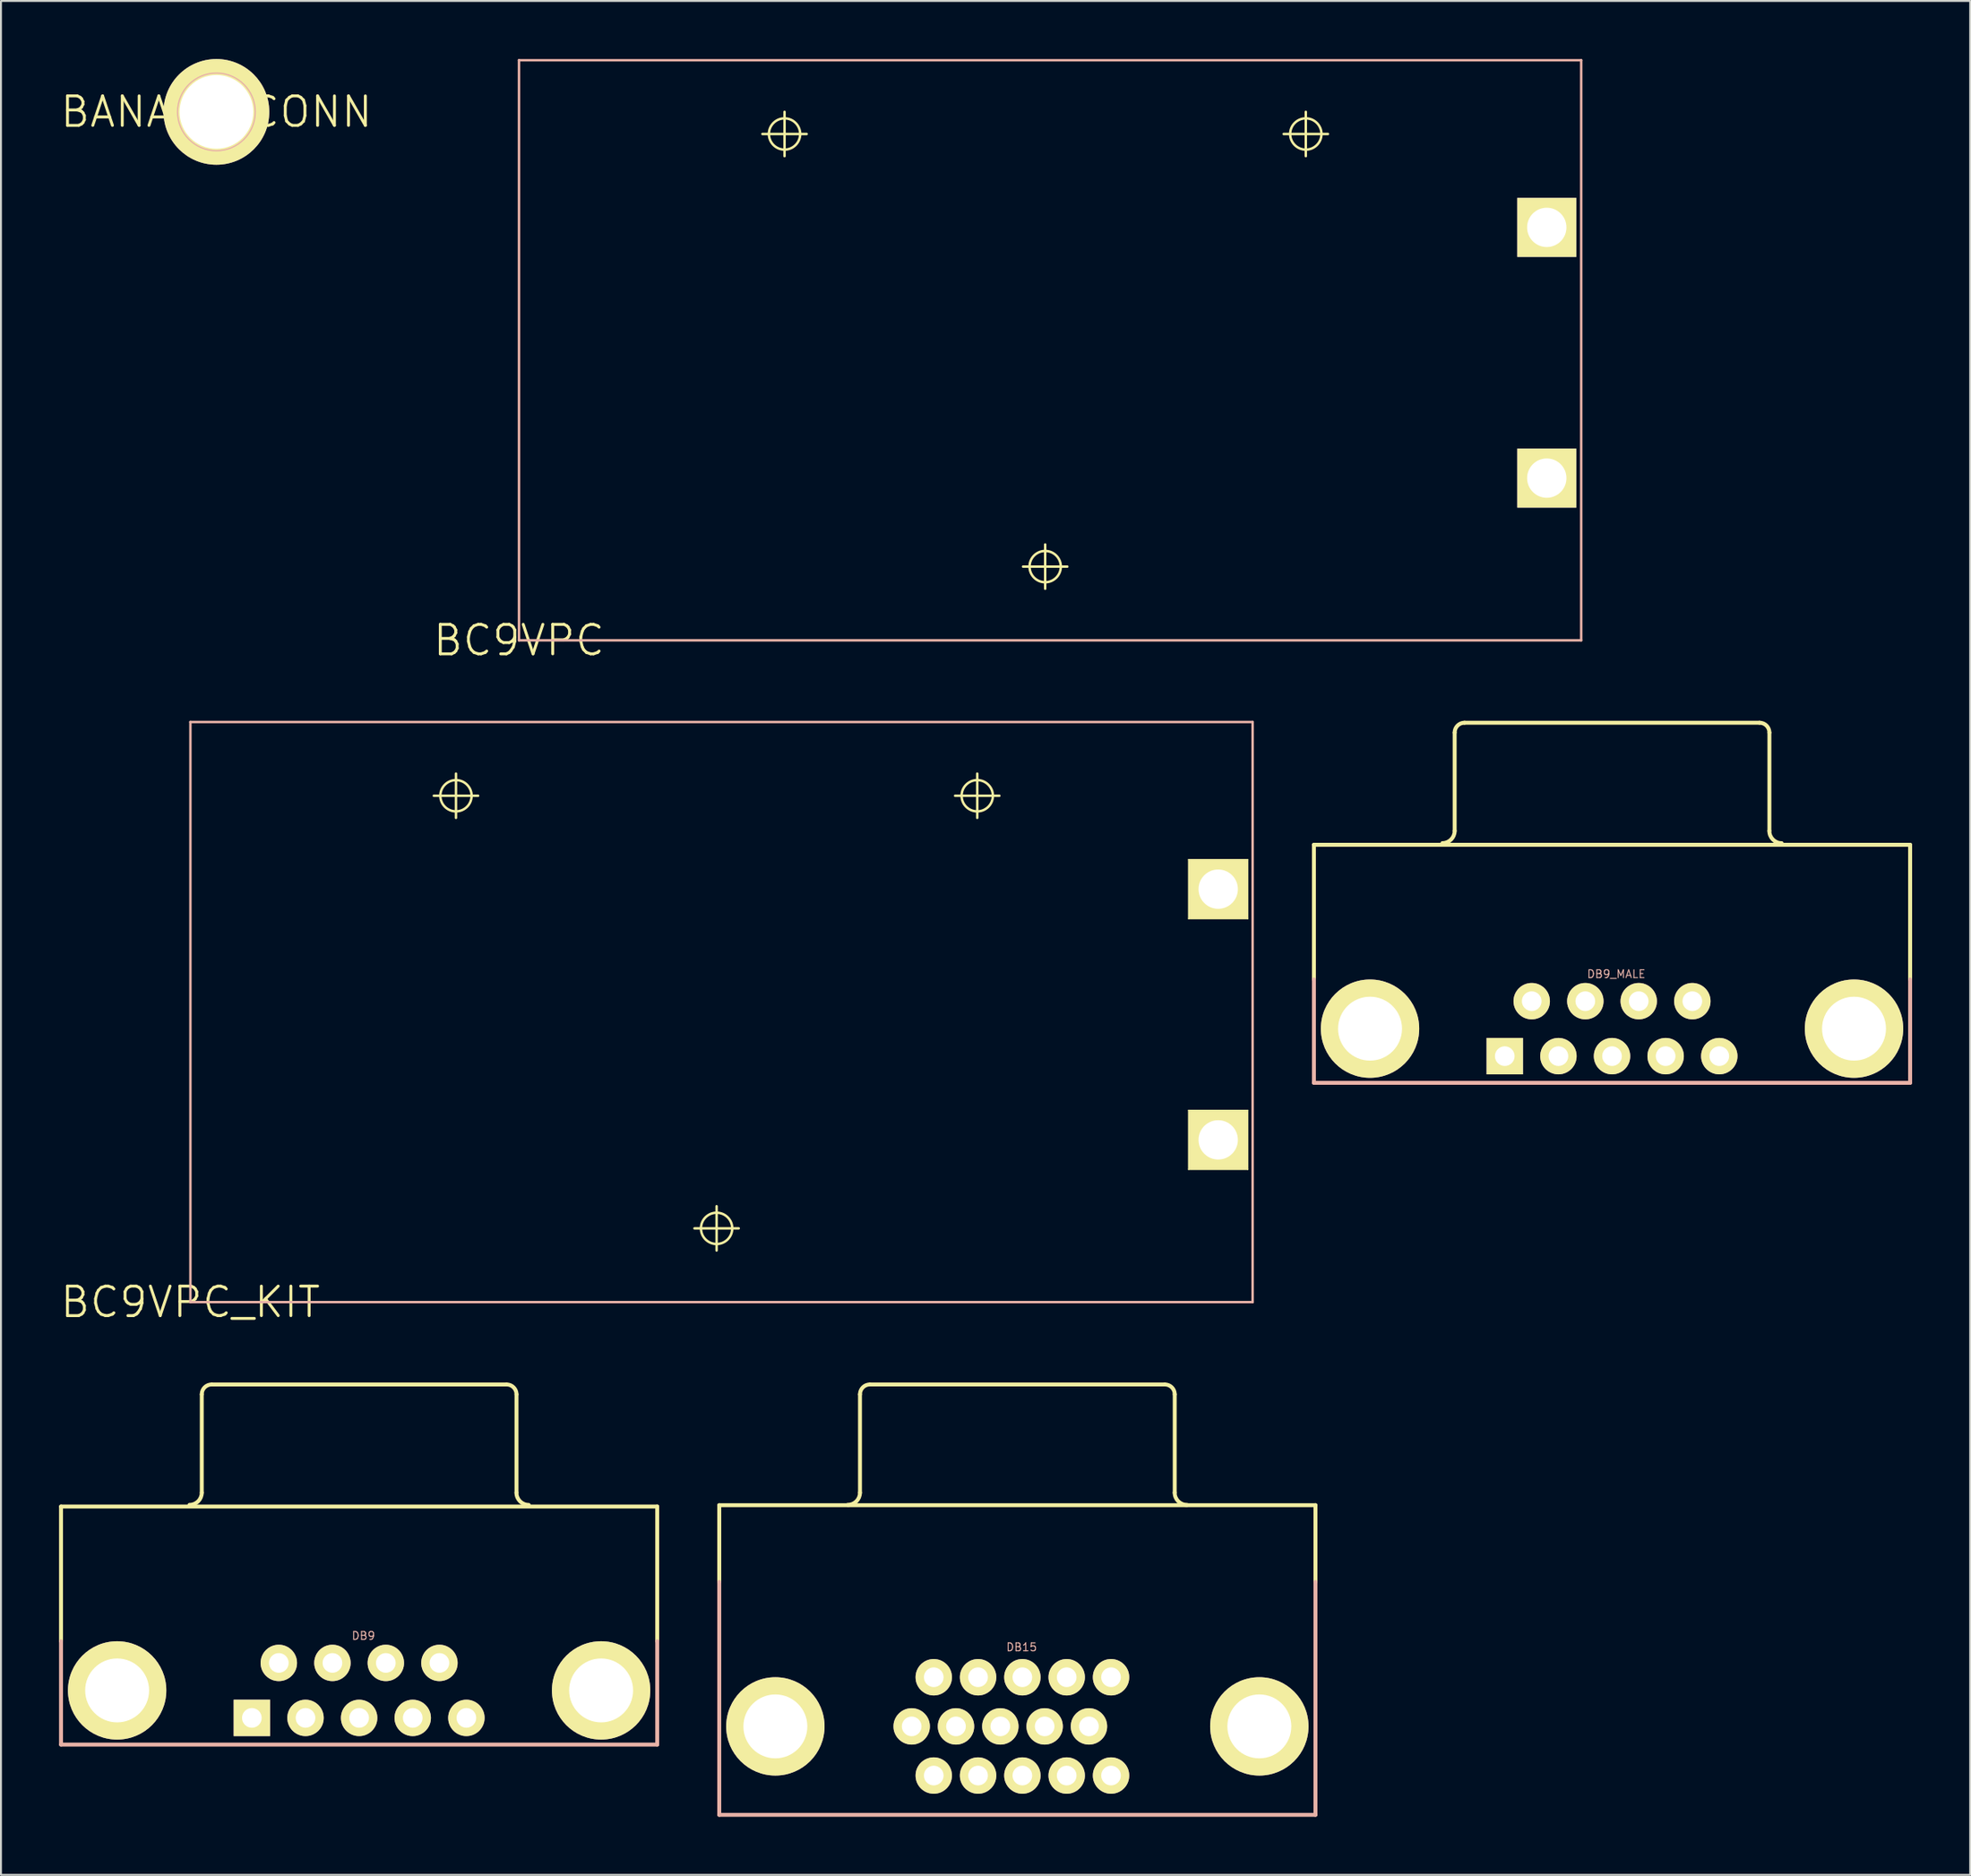
<source format=kicad_pcb>
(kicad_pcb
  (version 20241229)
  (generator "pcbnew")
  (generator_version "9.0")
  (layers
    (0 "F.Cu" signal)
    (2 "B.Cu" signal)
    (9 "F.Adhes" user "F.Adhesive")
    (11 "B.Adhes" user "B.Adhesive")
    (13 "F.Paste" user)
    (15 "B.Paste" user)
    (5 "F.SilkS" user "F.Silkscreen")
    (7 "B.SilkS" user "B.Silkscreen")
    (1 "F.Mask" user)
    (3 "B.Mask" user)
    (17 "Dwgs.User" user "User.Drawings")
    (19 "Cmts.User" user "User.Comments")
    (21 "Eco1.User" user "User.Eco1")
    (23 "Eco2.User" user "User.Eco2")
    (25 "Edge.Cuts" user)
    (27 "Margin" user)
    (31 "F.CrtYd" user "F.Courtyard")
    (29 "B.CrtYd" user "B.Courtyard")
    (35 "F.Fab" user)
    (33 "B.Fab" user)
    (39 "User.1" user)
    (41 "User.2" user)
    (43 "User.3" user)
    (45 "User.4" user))
  (footprint "BC9VPC_KIT"
    (layer "F.Cu")
    (at 6.785 64.226)
    (property "Reference" "BC9VPC_KIT" (at 0 0 0) (layer "F.SilkS") (effects (font (size 1.524 1.524) (thickness 0.15))))
    (attr exclude_from_pos_files exclude_from_bom)
    (fp_line (start 12.573 -26.162) (end 14.859 -26.162) (stroke (width 0.127) (type solid)) (layer "F.SilkS"))
    (fp_line (start 13.716 -25.019) (end 13.716 -27.305) (stroke (width 0.127) (type solid)) (layer "F.SilkS"))
    (fp_line (start 26.035 -3.81) (end 28.321 -3.81) (stroke (width 0.127) (type solid)) (layer "F.SilkS"))
    (fp_line (start 27.178 -2.667) (end 27.178 -4.953) (stroke (width 0.127) (type solid)) (layer "F.SilkS"))
    (fp_line (start 39.497 -26.162) (end 41.783 -26.162) (stroke (width 0.127) (type solid)) (layer "F.SilkS"))
    (fp_line (start 40.64 -25.019) (end 40.64 -27.305) (stroke (width 0.127) (type solid)) (layer "F.SilkS"))
    (fp_line (start 51.559 -22.86) (end 54.61 -22.86) (stroke (width 0.066) (type solid)) (layer "F.SilkS"))
    (fp_line (start 51.559 -19.812) (end 51.559 -22.86) (stroke (width 0.066) (type solid)) (layer "F.SilkS"))
    (fp_line (start 51.559 -19.812) (end 54.61 -19.812) (stroke (width 0.066) (type solid)) (layer "F.SilkS"))
    (fp_line (start 51.559 -9.906) (end 54.61 -9.906) (stroke (width 0.066) (type solid)) (layer "F.SilkS"))
    (fp_line (start 51.559 -6.858) (end 51.559 -9.906) (stroke (width 0.066) (type solid)) (layer "F.SilkS"))
    (fp_line (start 51.559 -6.858) (end 54.61 -6.858) (stroke (width 0.066) (type solid)) (layer "F.SilkS"))
    (fp_line (start 54.61 -19.812) (end 54.61 -22.86) (stroke (width 0.066) (type solid)) (layer "F.SilkS"))
    (fp_line (start 54.61 -6.858) (end 54.61 -9.906) (stroke (width 0.066) (type solid)) (layer "F.SilkS"))
    (fp_circle (center 13.716 -26.162) (end 14.287 -26.733) (stroke (width 0.127) (type solid)) (fill no) (layer "F.SilkS"))
    (fp_circle (center 27.178 -3.81) (end 27.75 -4.381) (stroke (width 0.127) (type solid)) (fill no) (layer "F.SilkS"))
    (fp_circle (center 40.64 -26.162) (end 41.212 -26.733) (stroke (width 0.127) (type solid)) (fill no) (layer "F.SilkS"))
    (fp_line (start 0 -29.972) (end 54.864 -29.972) (stroke (width 0.127) (type solid)) (layer "B.SilkS"))
    (fp_line (start 0 0) (end 0 -29.972) (stroke (width 0.127) (type solid)) (layer "B.SilkS"))
    (fp_line (start 54.864 -29.972) (end 54.864 0) (stroke (width 0.127) (type solid)) (layer "B.SilkS"))
    (fp_line (start 54.864 0) (end 0 0) (stroke (width 0.127) (type solid)) (layer "B.SilkS"))
    (pad "V+" thru_hole rect (at 53.086 -21.336) (size 3.048 3.048) (drill 2.032) (layers "*.Cu" "F.Mask" "F.SilkS" "F.Paste"))
    (pad "V-" thru_hole rect (at 53.086 -8.382) (size 3.048 3.048) (drill 2.032) (layers "*.Cu" "F.Mask" "F.SilkS" "F.Paste")))
  (footprint "DB15"
    (layer "F.Cu")
    (at 49.497 81.068)
    (property "Reference" "DB15" (at 0.221 0.986 0) (layer "B.SilkS") (effects (font (size 0.406 0.406) (thickness 0.051))))
    (attr exclude_from_pos_files exclude_from_bom)
    (fp_line (start -15.397 -6.35) (end 15.397 -6.35) (stroke (width 0.203) (type solid)) (layer "F.SilkS"))
    (fp_line (start -15.397 -2.38) (end -15.397 -6.35) (stroke (width 0.203) (type solid)) (layer "F.SilkS"))
    (fp_line (start -8.128 -6.998) (end -8.128 -12.078) (stroke (width 0.203) (type solid)) (layer "F.SilkS"))
    (fp_line (start -7.62 -12.586) (end 7.62 -12.586) (stroke (width 0.203) (type solid)) (layer "F.SilkS"))
    (fp_line (start 8.128 -6.998) (end 8.128 -12.078) (stroke (width 0.203) (type solid)) (layer "F.SilkS"))
    (fp_line (start 15.397 -2.38) (end 15.397 -6.35) (stroke (width 0.203) (type solid)) (layer "F.SilkS"))
    (fp_arc (start -8.128 -12.0777) (mid -7.97921 -12.43691) (end -7.62 -12.5857) (stroke (width 0.2032) (type solid)) (layer "F.SilkS"))
    (fp_arc (start -8.128 -6.9977) (mid -8.313243 -6.550483) (end -8.76046 -6.36524) (stroke (width 0.2032) (type solid)) (layer "F.SilkS"))
    (fp_arc (start 7.62 -12.5857) (mid 7.97921 -12.43691) (end 8.128 -12.0777) (stroke (width 0.2032) (type solid)) (layer "F.SilkS"))
    (fp_arc (start 8.76046 -6.3627) (mid 8.311447 -6.548687) (end 8.12546 -6.9977) (stroke (width 0.2032) (type solid)) (layer "F.SilkS"))
    (fp_line (start -15.397 9.649) (end -15.397 -2.38) (stroke (width 0.203) (type solid)) (layer "B.SilkS"))
    (fp_line (start -15.397 9.649) (end 15.397 9.649) (stroke (width 0.203) (type solid)) (layer "B.SilkS"))
    (fp_line (start 15.397 9.649) (end 15.397 -2.38) (stroke (width 0.203) (type solid)) (layer "B.SilkS"))
    (pad "1" thru_hole circle (at -4.318 7.62) (size 1.88 1.88) (drill 1.016) (layers "*.Cu" "F.Mask" "F.SilkS" "F.Paste"))
    (pad "2" thru_hole circle (at -2.029 7.62) (size 1.88 1.88) (drill 1.016) (layers "*.Cu" "F.Mask" "F.SilkS" "F.Paste"))
    (pad "3" thru_hole circle (at 0.259 7.62) (size 1.88 1.88) (drill 1.016) (layers "*.Cu" "F.Mask" "F.SilkS" "F.Paste"))
    (pad "4" thru_hole circle (at 2.548 7.62) (size 1.88 1.88) (drill 1.016) (layers "*.Cu" "F.Mask" "F.SilkS" "F.Paste"))
    (pad "5" thru_hole circle (at 4.839 7.62) (size 1.88 1.88) (drill 1.016) (layers "*.Cu" "F.Mask" "F.SilkS" "F.Paste"))
    (pad "6" thru_hole circle (at -5.458 5.08) (size 1.88 1.88) (drill 1.016) (layers "*.Cu" "F.Mask" "F.SilkS" "F.Paste"))
    (pad "7" thru_hole circle (at -3.17 5.08) (size 1.88 1.88) (drill 1.016) (layers "*.Cu" "F.Mask" "F.SilkS" "F.Paste"))
    (pad "8" thru_hole circle (at -0.879 5.08) (size 1.88 1.88) (drill 1.016) (layers "*.Cu" "F.Mask" "F.SilkS" "F.Paste"))
    (pad "9" thru_hole circle (at 1.41 5.08) (size 1.88 1.88) (drill 1.016) (layers "*.Cu" "F.Mask" "F.SilkS" "F.Paste"))
    (pad "10" thru_hole circle (at 3.698 5.08) (size 1.88 1.88) (drill 1.016) (layers "*.Cu" "F.Mask" "F.SilkS" "F.Paste"))
    (pad "11" thru_hole circle (at -4.318 2.54) (size 1.88 1.88) (drill 1.016) (layers "*.Cu" "F.Mask" "F.SilkS" "F.Paste"))
    (pad "12" thru_hole circle (at -2.029 2.54) (size 1.88 1.88) (drill 1.016) (layers "*.Cu" "F.Mask" "F.SilkS" "F.Paste"))
    (pad "13" thru_hole circle (at 0.259 2.54) (size 1.88 1.88) (drill 1.016) (layers "*.Cu" "F.Mask" "F.SilkS" "F.Paste"))
    (pad "14" thru_hole circle (at 2.548 2.54) (size 1.88 1.88) (drill 1.016) (layers "*.Cu" "F.Mask" "F.SilkS" "F.Paste"))
    (pad "15" thru_hole circle (at 4.839 2.54) (size 1.88 1.88) (drill 1.016) (layers "*.Cu" "F.Mask" "F.SilkS" "F.Paste"))
    (pad "G1" thru_hole circle (at -12.499 5.08) (size 5.08 5.08) (drill 3.302) (layers "*.Cu" "F.Mask" "F.SilkS" "F.Paste"))
    (pad "G2" thru_hole circle (at 12.499 5.08) (size 5.08 5.08) (drill 3.302) (layers "*.Cu" "F.Mask" "F.SilkS" "F.Paste")))
  (footprint "BANANA_CONN"
    (layer "F.Cu")
    (at 8.128 2.731)
    (property "Reference" "BANANA_CONN" (at 0 0 0) (layer "F.SilkS") (effects (font (size 1.524 1.524) (thickness 0.15))))
    (attr exclude_from_pos_files exclude_from_bom)
    (fp_circle (center 0 0) (end -1.42 1.42) (stroke (width 0.064) (type solid)) (fill no) (layer "B.SilkS"))
    (pad "P$1" thru_hole circle (at 0 0) (size 5.461 5.461) (drill 3.81) (layers "*.Cu" "F.Mask" "F.SilkS" "F.Paste")))
  (footprint "DB9"
    (layer "F.Cu")
    (at 15.499 84.289)
    (property "Reference" "DB9" (at 0.221 -2.822 0) (layer "B.SilkS") (effects (font (size 0.406 0.406) (thickness 0.051))))
    (attr exclude_from_pos_files exclude_from_bom)
    (fp_line (start -15.397 -9.5) (end 15.397 -9.5) (stroke (width 0.203) (type solid)) (layer "F.SilkS"))
    (fp_line (start -15.397 -2.543) (end -15.397 -9.5) (stroke (width 0.203) (type solid)) (layer "F.SilkS"))
    (fp_line (start -8.128 -10.218) (end -8.128 -15.298) (stroke (width 0.203) (type solid)) (layer "F.SilkS"))
    (fp_line (start -7.62 -15.806) (end 7.62 -15.806) (stroke (width 0.203) (type solid)) (layer "F.SilkS"))
    (fp_line (start 8.128 -10.218) (end 8.128 -15.298) (stroke (width 0.203) (type solid)) (layer "F.SilkS"))
    (fp_line (start 15.397 -2.54) (end 15.397 -9.5) (stroke (width 0.203) (type solid)) (layer "F.SilkS"))
    (fp_arc (start -8.128 -15.29842) (mid -7.97921 -15.65763) (end -7.62 -15.80642) (stroke (width 0.2032) (type solid)) (layer "F.SilkS"))
    (fp_arc (start -8.128 -10.21842) (mid -8.313243 -9.771203) (end -8.76046 -9.58596) (stroke (width 0.2032) (type solid)) (layer "F.SilkS"))
    (fp_arc (start 7.62 -15.80642) (mid 7.97921 -15.65763) (end 8.128 -15.29842) (stroke (width 0.2032) (type solid)) (layer "F.SilkS"))
    (fp_arc (start 8.76046 -9.58342) (mid 8.311447 -9.769407) (end 8.12546 -10.21842) (stroke (width 0.2032) (type solid)) (layer "F.SilkS"))
    (fp_line (start -15.397 2.799) (end -15.397 -2.54) (stroke (width 0.203) (type solid)) (layer "B.SilkS"))
    (fp_line (start -15.397 2.799) (end 15.397 2.799) (stroke (width 0.203) (type solid)) (layer "B.SilkS"))
    (fp_line (start 15.397 2.799) (end 15.397 -2.54) (stroke (width 0.203) (type solid)) (layer "B.SilkS"))
    (pad "1" thru_hole rect (at -5.54 1.42) (size 1.88 1.88) (drill 1.016) (layers "*.Cu" "F.Mask" "F.SilkS" "F.Paste"))
    (pad "2" thru_hole circle (at -2.769 1.42) (size 1.88 1.88) (drill 1.016) (layers "*.Cu" "F.Mask" "F.SilkS" "F.Paste"))
    (pad "3" thru_hole circle (at 0 1.42) (size 1.88 1.88) (drill 1.016) (layers "*.Cu" "F.Mask" "F.SilkS" "F.Paste"))
    (pad "4" thru_hole circle (at 2.769 1.42) (size 1.88 1.88) (drill 1.016) (layers "*.Cu" "F.Mask" "F.SilkS" "F.Paste"))
    (pad "5" thru_hole circle (at 5.54 1.42) (size 1.88 1.88) (drill 1.016) (layers "*.Cu" "F.Mask" "F.SilkS" "F.Paste"))
    (pad "6" thru_hole circle (at -4.148 -1.42) (size 1.88 1.88) (drill 1.016) (layers "*.Cu" "F.Mask" "F.SilkS" "F.Paste"))
    (pad "7" thru_hole circle (at -1.379 -1.42) (size 1.88 1.88) (drill 1.016) (layers "*.Cu" "F.Mask" "F.SilkS" "F.Paste"))
    (pad "8" thru_hole circle (at 1.379 -1.42) (size 1.88 1.88) (drill 1.016) (layers "*.Cu" "F.Mask" "F.SilkS" "F.Paste"))
    (pad "9" thru_hole circle (at 4.148 -1.42) (size 1.88 1.88) (drill 1.016) (layers "*.Cu" "F.Mask" "F.SilkS" "F.Paste"))
    (pad "G1" thru_hole circle (at -12.499 0) (size 5.08 5.08) (drill 3.302) (layers "*.Cu" "F.Mask" "F.SilkS" "F.Paste"))
    (pad "G2" thru_hole circle (at 12.499 0) (size 5.08 5.08) (drill 3.302) (layers "*.Cu" "F.Mask" "F.SilkS" "F.Paste")))
  (footprint "DB9_MALE"
    (layer "F.Cu")
    (at 80.212 50.098)
    (property "Reference" "DB9_MALE" (at 0.221 -2.822 0) (layer "B.SilkS") (effects (font (size 0.406 0.406) (thickness 0.051))))
    (attr exclude_from_pos_files exclude_from_bom)
    (fp_line (start -15.397 -9.5) (end 15.397 -9.5) (stroke (width 0.203) (type solid)) (layer "F.SilkS"))
    (fp_line (start -15.397 -2.543) (end -15.397 -9.5) (stroke (width 0.203) (type solid)) (layer "F.SilkS"))
    (fp_line (start -8.128 -10.218) (end -8.128 -15.298) (stroke (width 0.203) (type solid)) (layer "F.SilkS"))
    (fp_line (start -7.62 -15.806) (end 7.62 -15.806) (stroke (width 0.203) (type solid)) (layer "F.SilkS"))
    (fp_line (start 8.128 -10.218) (end 8.128 -15.298) (stroke (width 0.203) (type solid)) (layer "F.SilkS"))
    (fp_line (start 15.397 -2.54) (end 15.397 -9.5) (stroke (width 0.203) (type solid)) (layer "F.SilkS"))
    (fp_arc (start -8.128 -15.29842) (mid -7.97921 -15.65763) (end -7.62 -15.80642) (stroke (width 0.2032) (type solid)) (layer "F.SilkS"))
    (fp_arc (start -8.128 -10.21842) (mid -8.313243 -9.771203) (end -8.76046 -9.58596) (stroke (width 0.2032) (type solid)) (layer "F.SilkS"))
    (fp_arc (start 7.62 -15.80642) (mid 7.97921 -15.65763) (end 8.128 -15.29842) (stroke (width 0.2032) (type solid)) (layer "F.SilkS"))
    (fp_arc (start 8.76046 -9.58342) (mid 8.311447 -9.769407) (end 8.12546 -10.21842) (stroke (width 0.2032) (type solid)) (layer "F.SilkS"))
    (fp_line (start -15.397 2.799) (end -15.397 -2.54) (stroke (width 0.203) (type solid)) (layer "B.SilkS"))
    (fp_line (start -15.397 2.799) (end 15.397 2.799) (stroke (width 0.203) (type solid)) (layer "B.SilkS"))
    (fp_line (start 15.397 2.799) (end 15.397 -2.54) (stroke (width 0.203) (type solid)) (layer "B.SilkS"))
    (pad "1" thru_hole circle (at 5.54 1.42) (size 1.88 1.88) (drill 1.016) (layers "*.Cu" "F.Mask" "F.SilkS" "F.Paste"))
    (pad "2" thru_hole circle (at 2.769 1.42) (size 1.88 1.88) (drill 1.016) (layers "*.Cu" "F.Mask" "F.SilkS" "F.Paste"))
    (pad "3" thru_hole circle (at 0 1.42) (size 1.88 1.88) (drill 1.016) (layers "*.Cu" "F.Mask" "F.SilkS" "F.Paste"))
    (pad "4" thru_hole circle (at -2.769 1.42) (size 1.88 1.88) (drill 1.016) (layers "*.Cu" "F.Mask" "F.SilkS" "F.Paste"))
    (pad "5" thru_hole rect (at -5.54 1.42) (size 1.88 1.88) (drill 1.016) (layers "*.Cu" "F.Mask" "F.SilkS" "F.Paste"))
    (pad "6" thru_hole circle (at 4.148 -1.42) (size 1.88 1.88) (drill 1.016) (layers "*.Cu" "F.Mask" "F.SilkS" "F.Paste"))
    (pad "7" thru_hole circle (at 1.379 -1.42) (size 1.88 1.88) (drill 1.016) (layers "*.Cu" "F.Mask" "F.SilkS" "F.Paste"))
    (pad "8" thru_hole circle (at -1.379 -1.42) (size 1.88 1.88) (drill 1.016) (layers "*.Cu" "F.Mask" "F.SilkS" "F.Paste"))
    (pad "9" thru_hole circle (at -4.148 -1.42) (size 1.88 1.88) (drill 1.016) (layers "*.Cu" "F.Mask" "F.SilkS" "F.Paste"))
    (pad "G1" thru_hole circle (at -12.499 0) (size 5.08 5.08) (drill 3.302) (layers "*.Cu" "F.Mask" "F.SilkS" "F.Paste"))
    (pad "G2" thru_hole circle (at 12.499 0) (size 5.08 5.08) (drill 3.302) (layers "*.Cu" "F.Mask" "F.SilkS" "F.Paste")))
  (footprint "BC9VPC"
    (layer "F.Cu")
    (at 23.756 30.035)
    (property "Reference" "BC9VPC" (at 0 0 0) (layer "F.SilkS") (effects (font (size 1.524 1.524) (thickness 0.15))))
    (attr exclude_from_pos_files exclude_from_bom)
    (fp_line (start 12.573 -26.162) (end 14.859 -26.162) (stroke (width 0.127) (type solid)) (layer "F.SilkS"))
    (fp_line (start 13.716 -25.019) (end 13.716 -27.305) (stroke (width 0.127) (type solid)) (layer "F.SilkS"))
    (fp_line (start 26.035 -3.81) (end 28.321 -3.81) (stroke (width 0.127) (type solid)) (layer "F.SilkS"))
    (fp_line (start 27.178 -2.667) (end 27.178 -4.953) (stroke (width 0.127) (type solid)) (layer "F.SilkS"))
    (fp_line (start 39.497 -26.162) (end 41.783 -26.162) (stroke (width 0.127) (type solid)) (layer "F.SilkS"))
    (fp_line (start 40.64 -25.019) (end 40.64 -27.305) (stroke (width 0.127) (type solid)) (layer "F.SilkS"))
    (fp_circle (center 13.716 -26.162) (end 14.287 -26.733) (stroke (width 0.127) (type solid)) (fill no) (layer "F.SilkS"))
    (fp_circle (center 27.178 -3.81) (end 27.75 -4.381) (stroke (width 0.127) (type solid)) (fill no) (layer "F.SilkS"))
    (fp_circle (center 40.64 -26.162) (end 41.212 -26.733) (stroke (width 0.127) (type solid)) (fill no) (layer "F.SilkS"))
    (fp_line (start 0 -29.972) (end 54.864 -29.972) (stroke (width 0.127) (type solid)) (layer "B.SilkS"))
    (fp_line (start 0 0) (end 0 -29.972) (stroke (width 0.127) (type solid)) (layer "B.SilkS"))
    (fp_line (start 54.864 -29.972) (end 54.864 0) (stroke (width 0.127) (type solid)) (layer "B.SilkS"))
    (fp_line (start 54.864 0) (end 0 0) (stroke (width 0.127) (type solid)) (layer "B.SilkS"))
    (pad "V+" thru_hole rect (at 53.086 -21.336) (size 3.048 3.048) (drill 2.032) (layers "*.Cu" "F.Mask" "F.SilkS" "F.Paste"))
    (pad "V-" thru_hole rect (at 53.086 -8.382) (size 3.048 3.048) (drill 2.032) (layers "*.Cu" "F.Mask" "F.SilkS" "F.Paste")))
  (gr_rect
    (start -3 -3)
    (end 98.711 93.819)
    (stroke (width 0.1) (type default))
    (fill no)
    (layer "Edge.Cuts")))
</source>
